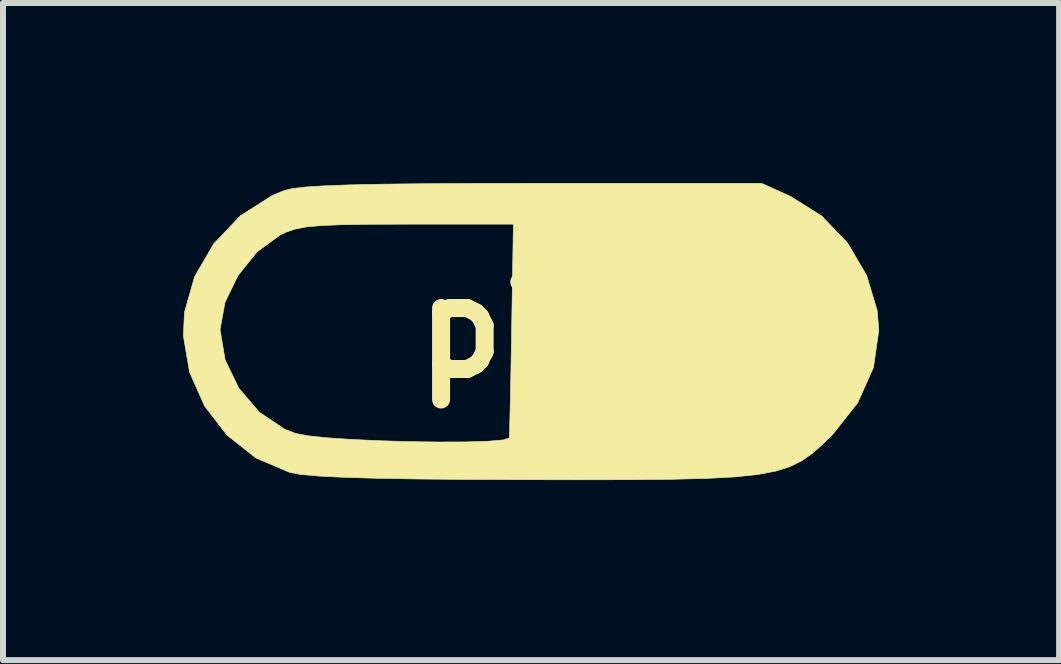
<source format=kicad_pcb>
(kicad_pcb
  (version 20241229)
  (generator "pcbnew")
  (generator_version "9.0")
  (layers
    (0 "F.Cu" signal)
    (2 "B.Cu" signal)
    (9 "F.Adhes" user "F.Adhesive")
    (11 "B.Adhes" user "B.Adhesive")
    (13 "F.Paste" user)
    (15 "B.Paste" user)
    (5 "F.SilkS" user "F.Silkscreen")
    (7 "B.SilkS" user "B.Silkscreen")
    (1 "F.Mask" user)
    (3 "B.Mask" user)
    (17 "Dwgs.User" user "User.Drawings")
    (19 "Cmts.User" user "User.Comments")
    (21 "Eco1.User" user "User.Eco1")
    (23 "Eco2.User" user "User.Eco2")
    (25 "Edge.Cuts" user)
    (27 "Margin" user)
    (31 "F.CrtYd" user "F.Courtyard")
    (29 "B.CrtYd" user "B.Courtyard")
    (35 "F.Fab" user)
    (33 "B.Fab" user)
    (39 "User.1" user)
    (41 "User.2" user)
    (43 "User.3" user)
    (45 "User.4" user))
  (footprint "pill"
    (layer "F.Cu")
    (at 5.787 2.409)
    (property "Reference" "pill" (at 0 0 0) (layer "F.SilkS") (effects (font (size 1.524 1.524) (thickness 0.3))))
    (attr through_hole)
    (fp_poly (pts (xy 4.335 -2.187) (xy 4.855 -1.86) (xy 5.287 -1.408) (xy 5.603 -0.87) (xy 5.778 -0.286) (xy 5.806 0.045) (xy 5.717 0.664) (xy 5.456 1.25) (xy 5.041 1.775) (xy 4.859 1.953) (xy 4.691 2.101) (xy 4.518 2.221) (xy 4.321 2.318) (xy 4.083 2.392) (xy 3.786 2.448) (xy 3.412 2.487) (xy 2.942 2.512) (xy 2.359 2.527) (xy 1.644 2.534) (xy 0.78 2.535) (xy 0.006 2.534) (xy -1.02 2.53) (xy -1.877 2.522) (xy -2.576 2.51) (xy -3.127 2.493) (xy -3.543 2.472) (xy -3.835 2.445) (xy -4.008 2.413) (xy -4.573 2.172) (xy -5.054 1.792) (xy -5.429 1.305) (xy -5.679 0.742) (xy -5.782 0.134) (xy -5.777 0.036) (xy -5.17 0.036) (xy -5.086 0.538) (xy -4.857 1.01) (xy -4.515 1.41) (xy -4.092 1.694) (xy -3.912 1.763) (xy -3.706 1.802) (xy -3.378 1.836) (xy -2.96 1.864) (xy -2.487 1.885) (xy -1.992 1.9) (xy -1.508 1.906) (xy -1.069 1.904) (xy -0.708 1.893) (xy -0.458 1.872) (xy -0.353 1.84) (xy -0.352 1.837) (xy -0.347 1.729) (xy -0.34 1.469) (xy -0.331 1.085) (xy -0.322 0.608) (xy -0.312 0.066) (xy -0.312 0.023) (xy -0.283 -1.724) (xy -2.05 -1.724) (xy -2.671 -1.722) (xy -3.14 -1.715) (xy -3.486 -1.701) (xy -3.737 -1.678) (xy -3.922 -1.641) (xy -4.07 -1.591) (xy -4.171 -1.543) (xy -4.553 -1.263) (xy -4.87 -0.87) (xy -5.088 -0.422) (xy -5.17 0.027) (xy -5.17 0.036) (xy -5.777 0.036) (xy -5.763 -0.256) (xy -5.594 -0.851) (xy -5.274 -1.399) (xy -4.834 -1.861) (xy -4.304 -2.201) (xy -4.098 -2.286) (xy -3.964 -2.317) (xy -3.747 -2.343) (xy -3.431 -2.363) (xy -3.002 -2.379) (xy -2.448 -2.391) (xy -1.753 -2.398) (xy -0.903 -2.403) (xy 0.045 -2.404) (xy 3.855 -2.404) (xy 4.335 -2.187)) (stroke (width 0.01) (type solid)) (fill yes) (layer "F.SilkS")))
  (gr_rect
    (start -3 -3)
    (end 14.597 7.949)
    (stroke (width 0.1) (type default))
    (fill no)
    (layer "Edge.Cuts")))
</source>
